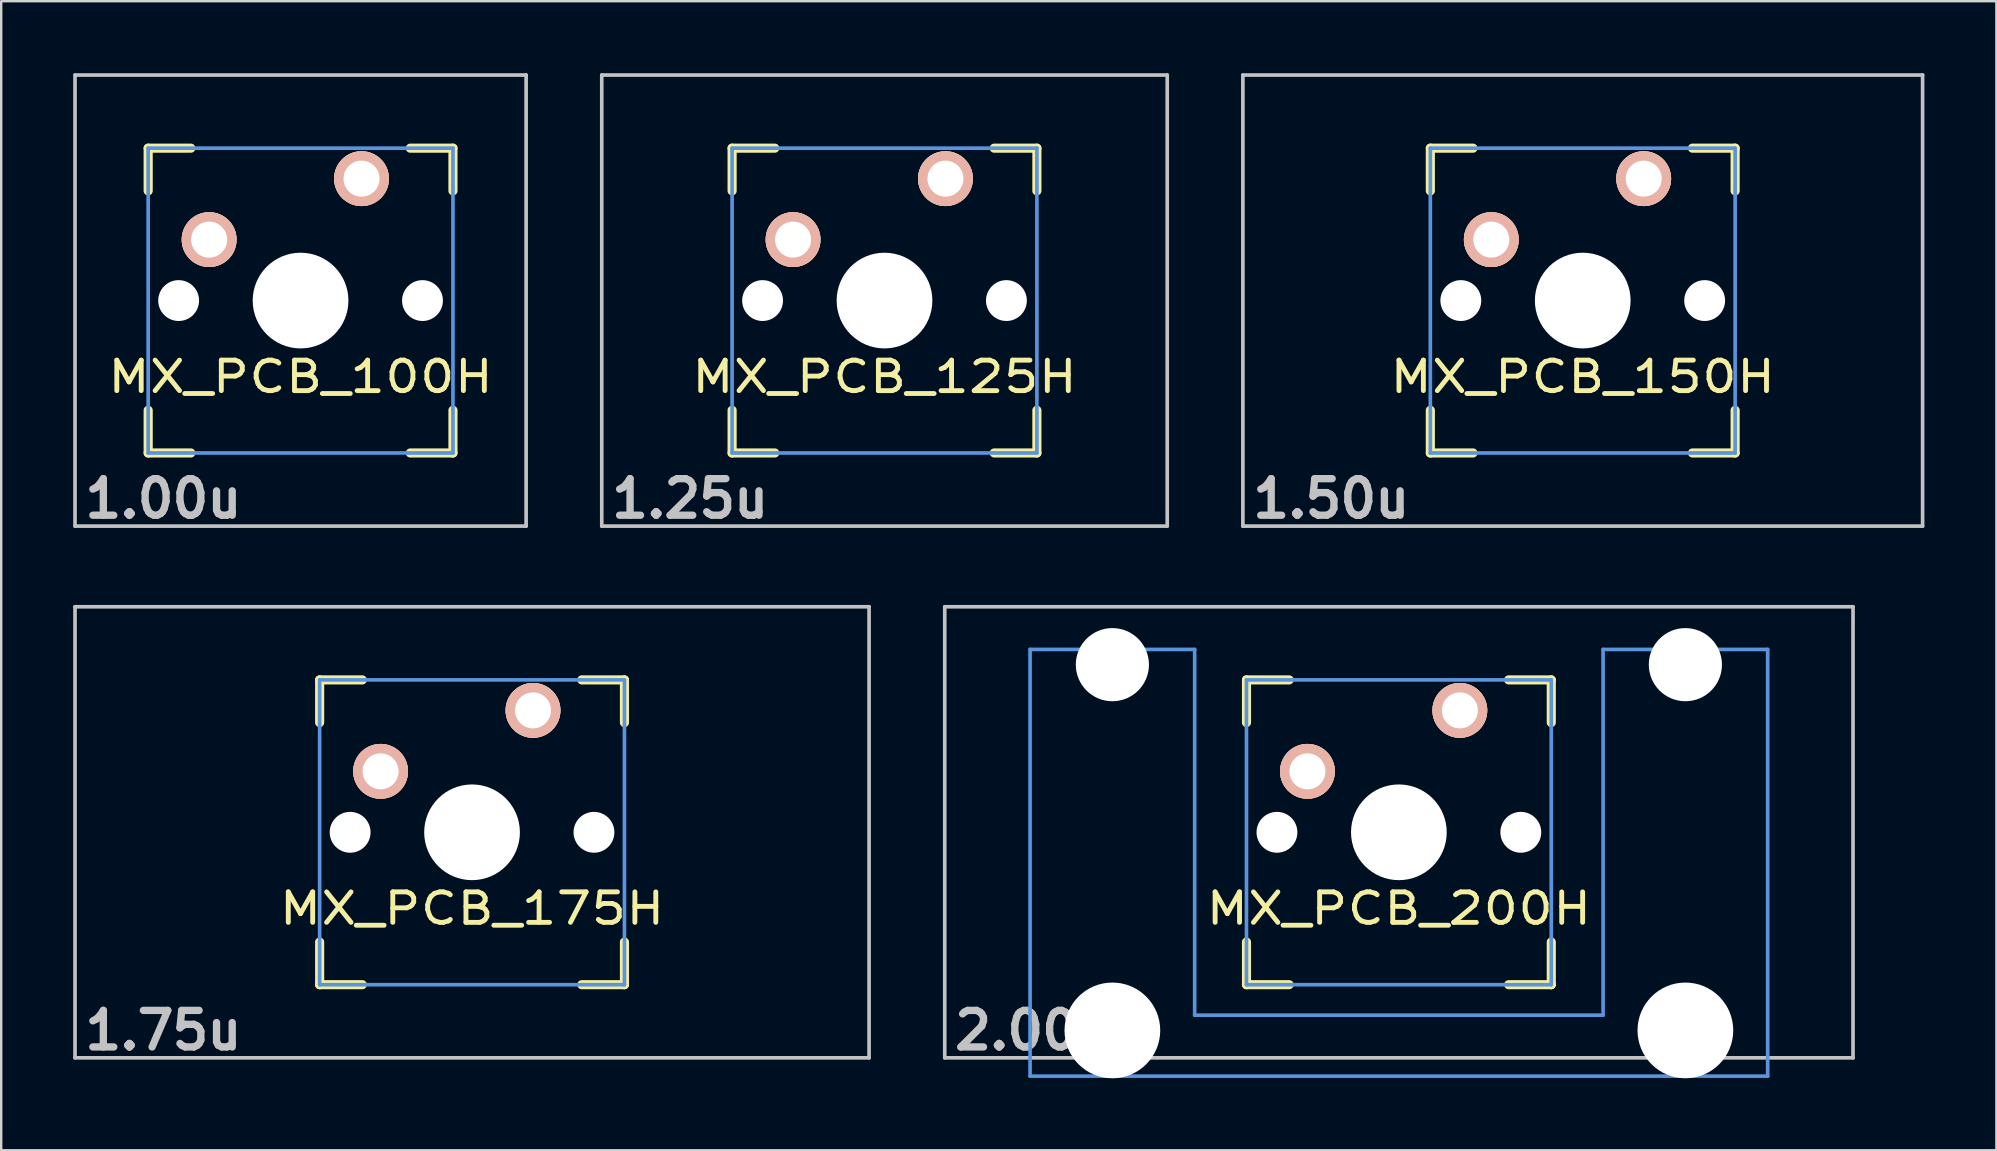
<source format=kicad_pcb>
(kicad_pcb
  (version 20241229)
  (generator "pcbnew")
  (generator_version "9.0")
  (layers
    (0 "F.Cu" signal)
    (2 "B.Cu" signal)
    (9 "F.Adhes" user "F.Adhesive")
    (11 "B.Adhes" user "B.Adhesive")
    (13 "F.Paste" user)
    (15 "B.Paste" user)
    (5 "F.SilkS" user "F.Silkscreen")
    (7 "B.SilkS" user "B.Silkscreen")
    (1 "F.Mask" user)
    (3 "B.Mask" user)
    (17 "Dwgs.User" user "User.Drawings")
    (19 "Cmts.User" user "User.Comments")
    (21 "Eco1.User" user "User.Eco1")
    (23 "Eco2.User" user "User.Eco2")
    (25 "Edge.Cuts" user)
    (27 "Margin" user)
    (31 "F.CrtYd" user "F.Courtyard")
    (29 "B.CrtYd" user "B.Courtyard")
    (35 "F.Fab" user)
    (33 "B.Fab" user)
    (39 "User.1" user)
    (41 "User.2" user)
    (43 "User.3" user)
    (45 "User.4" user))
  (footprint "MX_PCB_100H"
    (layer "F.Cu")
    (at 9.474 9.474)
    (property "Reference" "MX_PCB_100H" (at 0 3.175 0) (layer "F.SilkS") (effects (font (size 1.27 1.524) (thickness 0.203))))
    (attr through_hole)
    (fp_line (start -6.35 -6.35) (end -4.572 -6.35) (stroke (width 0.381) (type solid)) (layer "F.SilkS"))
    (fp_line (start -6.35 -4.572) (end -6.35 -6.35) (stroke (width 0.381) (type solid)) (layer "F.SilkS"))
    (fp_line (start -6.35 6.35) (end -6.35 4.572) (stroke (width 0.381) (type solid)) (layer "F.SilkS"))
    (fp_line (start -4.572 6.35) (end -6.35 6.35) (stroke (width 0.381) (type solid)) (layer "F.SilkS"))
    (fp_line (start 4.572 -6.35) (end 6.35 -6.35) (stroke (width 0.381) (type solid)) (layer "F.SilkS"))
    (fp_line (start 6.35 -6.35) (end 6.35 -4.572) (stroke (width 0.381) (type solid)) (layer "F.SilkS"))
    (fp_line (start 6.35 4.572) (end 6.35 6.35) (stroke (width 0.381) (type solid)) (layer "F.SilkS"))
    (fp_line (start 6.35 6.35) (end 4.572 6.35) (stroke (width 0.381) (type solid)) (layer "F.SilkS"))
    (fp_line (start -9.398 -9.398) (end 9.398 -9.398) (stroke (width 0.152) (type solid)) (layer "Dwgs.User"))
    (fp_line (start -9.398 9.398) (end -9.398 -9.398) (stroke (width 0.152) (type solid)) (layer "Dwgs.User"))
    (fp_line (start 9.398 -9.398) (end 9.398 9.398) (stroke (width 0.152) (type solid)) (layer "Dwgs.User"))
    (fp_line (start 9.398 9.398) (end -9.398 9.398) (stroke (width 0.152) (type solid)) (layer "Dwgs.User"))
    (fp_line (start -6.35 -6.35) (end 6.35 -6.35) (stroke (width 0.152) (type solid)) (layer "Cmts.User"))
    (fp_line (start -6.35 6.35) (end -6.35 -6.35) (stroke (width 0.152) (type solid)) (layer "Cmts.User"))
    (fp_line (start 6.35 -6.35) (end 6.35 6.35) (stroke (width 0.152) (type solid)) (layer "Cmts.User"))
    (fp_line (start 6.35 6.35) (end -6.35 6.35) (stroke (width 0.152) (type solid)) (layer "Cmts.User"))
    (fp_line (start -6.985 -6.985) (end 6.985 -6.985) (stroke (width 0.152) (type solid)) (layer "Eco2.User"))
    (fp_line (start -6.985 6.985) (end -6.985 -6.985) (stroke (width 0.152) (type solid)) (layer "Eco2.User"))
    (fp_line (start 6.985 -6.985) (end 6.985 6.985) (stroke (width 0.152) (type solid)) (layer "Eco2.User"))
    (fp_line (start 6.985 6.985) (end -6.985 6.985) (stroke (width 0.152) (type solid)) (layer "Eco2.User"))
    (fp_text user "1.00u" (at -5.715 8.255 0) (layer "Dwgs.User") (effects (font (size 1.524 1.524) (thickness 0.305))))
    (pad "" np_thru_hole circle (at -5.08 0) (size 1.702 1.702) (drill 1.702) (layers "*.Cu"))
    (pad "" np_thru_hole circle (at 0 0) (size 3.988 3.988) (drill 3.988) (layers "*.Cu"))
    (pad "" np_thru_hole circle (at 5.08 0) (size 1.702 1.702) (drill 1.702) (layers "*.Cu"))
    (pad "1" thru_hole circle (at 2.54 -5.08) (size 2.286 2.286) (drill 1.499) (layers "*.Cu" "*.SilkS" "*.Mask"))
    (pad "2" thru_hole circle (at -3.81 -2.54) (size 2.286 2.286) (drill 1.499) (layers "*.Cu" "*.SilkS" "*.Mask")))
  (footprint "MX_PCB_200H"
    (layer "F.Cu")
    (at 55.238 31.63)
    (property "Reference" "MX_PCB_200H" (at 0 3.175 0) (layer "F.SilkS") (effects (font (size 1.27 1.524) (thickness 0.203))))
    (attr through_hole)
    (fp_line (start -6.35 -6.35) (end -4.572 -6.35) (stroke (width 0.381) (type solid)) (layer "F.SilkS"))
    (fp_line (start -6.35 -4.572) (end -6.35 -6.35) (stroke (width 0.381) (type solid)) (layer "F.SilkS"))
    (fp_line (start -6.35 6.35) (end -6.35 4.572) (stroke (width 0.381) (type solid)) (layer "F.SilkS"))
    (fp_line (start -4.572 6.35) (end -6.35 6.35) (stroke (width 0.381) (type solid)) (layer "F.SilkS"))
    (fp_line (start 4.572 -6.35) (end 6.35 -6.35) (stroke (width 0.381) (type solid)) (layer "F.SilkS"))
    (fp_line (start 6.35 -6.35) (end 6.35 -4.572) (stroke (width 0.381) (type solid)) (layer "F.SilkS"))
    (fp_line (start 6.35 4.572) (end 6.35 6.35) (stroke (width 0.381) (type solid)) (layer "F.SilkS"))
    (fp_line (start 6.35 6.35) (end 4.572 6.35) (stroke (width 0.381) (type solid)) (layer "F.SilkS"))
    (fp_line (start -18.923 -9.398) (end 18.923 -9.398) (stroke (width 0.152) (type solid)) (layer "Dwgs.User"))
    (fp_line (start -18.923 9.398) (end -18.923 -9.398) (stroke (width 0.152) (type solid)) (layer "Dwgs.User"))
    (fp_line (start 18.923 -9.398) (end 18.923 9.398) (stroke (width 0.152) (type solid)) (layer "Dwgs.User"))
    (fp_line (start 18.923 9.398) (end -18.923 9.398) (stroke (width 0.152) (type solid)) (layer "Dwgs.User"))
    (fp_line (start -15.367 -7.62) (end -15.367 10.16) (stroke (width 0.152) (type solid)) (layer "Cmts.User"))
    (fp_line (start -15.367 10.16) (end 15.367 10.16) (stroke (width 0.152) (type solid)) (layer "Cmts.User"))
    (fp_line (start -8.509 -7.62) (end -15.367 -7.62) (stroke (width 0.152) (type solid)) (layer "Cmts.User"))
    (fp_line (start -8.509 7.62) (end -8.509 -7.62) (stroke (width 0.152) (type solid)) (layer "Cmts.User"))
    (fp_line (start -6.35 -6.35) (end 6.35 -6.35) (stroke (width 0.152) (type solid)) (layer "Cmts.User"))
    (fp_line (start -6.35 6.35) (end -6.35 -6.35) (stroke (width 0.152) (type solid)) (layer "Cmts.User"))
    (fp_line (start 6.35 -6.35) (end 6.35 6.35) (stroke (width 0.152) (type solid)) (layer "Cmts.User"))
    (fp_line (start 6.35 6.35) (end -6.35 6.35) (stroke (width 0.152) (type solid)) (layer "Cmts.User"))
    (fp_line (start 8.509 -7.62) (end 8.509 7.62) (stroke (width 0.152) (type solid)) (layer "Cmts.User"))
    (fp_line (start 8.509 7.62) (end -8.509 7.62) (stroke (width 0.152) (type solid)) (layer "Cmts.User"))
    (fp_line (start 15.367 -7.62) (end 8.509 -7.62) (stroke (width 0.152) (type solid)) (layer "Cmts.User"))
    (fp_line (start 15.367 10.16) (end 15.367 -7.62) (stroke (width 0.152) (type solid)) (layer "Cmts.User"))
    (fp_line (start -16.129 -2.286) (end -15.265 -2.286) (stroke (width 0.152) (type solid)) (layer "Eco2.User"))
    (fp_line (start -16.129 0.508) (end -16.129 -2.286) (stroke (width 0.152) (type solid)) (layer "Eco2.User"))
    (fp_line (start -15.265 -5.69) (end -8.611 -5.69) (stroke (width 0.152) (type solid)) (layer "Eco2.User"))
    (fp_line (start -15.265 -2.286) (end -15.265 -5.69) (stroke (width 0.152) (type solid)) (layer "Eco2.User"))
    (fp_line (start -15.265 0.508) (end -16.129 0.508) (stroke (width 0.152) (type solid)) (layer "Eco2.User"))
    (fp_line (start -15.265 6.604) (end -15.265 0.508) (stroke (width 0.152) (type solid)) (layer "Eco2.User"))
    (fp_line (start -14.224 6.604) (end -15.265 6.604) (stroke (width 0.152) (type solid)) (layer "Eco2.User"))
    (fp_line (start -14.224 7.772) (end -14.224 6.604) (stroke (width 0.152) (type solid)) (layer "Eco2.User"))
    (fp_line (start -9.652 6.604) (end -9.652 7.772) (stroke (width 0.152) (type solid)) (layer "Eco2.User"))
    (fp_line (start -9.652 7.772) (end -14.224 7.772) (stroke (width 0.152) (type solid)) (layer "Eco2.User"))
    (fp_line (start -8.611 -5.69) (end -8.611 -4.877) (stroke (width 0.152) (type solid)) (layer "Eco2.User"))
    (fp_line (start -8.611 -4.877) (end -6.985 -4.877) (stroke (width 0.152) (type solid)) (layer "Eco2.User"))
    (fp_line (start -8.611 5.817) (end -8.611 6.604) (stroke (width 0.152) (type solid)) (layer "Eco2.User"))
    (fp_line (start -8.611 6.604) (end -9.652 6.604) (stroke (width 0.152) (type solid)) (layer "Eco2.User"))
    (fp_line (start -6.985 -6.985) (end 6.985 -6.985) (stroke (width 0.152) (type solid)) (layer "Eco2.User"))
    (fp_line (start -6.985 -4.877) (end -6.985 -6.985) (stroke (width 0.152) (type solid)) (layer "Eco2.User"))
    (fp_line (start -6.985 5.817) (end -8.611 5.817) (stroke (width 0.152) (type solid)) (layer "Eco2.User"))
    (fp_line (start -6.985 6.985) (end -6.985 5.817) (stroke (width 0.152) (type solid)) (layer "Eco2.User"))
    (fp_line (start 6.985 -6.985) (end 6.985 -4.877) (stroke (width 0.152) (type solid)) (layer "Eco2.User"))
    (fp_line (start 6.985 -4.877) (end 8.611 -4.877) (stroke (width 0.152) (type solid)) (layer "Eco2.User"))
    (fp_line (start 6.985 5.817) (end 6.985 6.985) (stroke (width 0.152) (type solid)) (layer "Eco2.User"))
    (fp_line (start 6.985 6.985) (end -6.985 6.985) (stroke (width 0.152) (type solid)) (layer "Eco2.User"))
    (fp_line (start 8.611 -5.69) (end 15.265 -5.69) (stroke (width 0.152) (type solid)) (layer "Eco2.User"))
    (fp_line (start 8.611 -4.877) (end 8.611 -5.69) (stroke (width 0.152) (type solid)) (layer "Eco2.User"))
    (fp_line (start 8.611 5.817) (end 6.985 5.817) (stroke (width 0.152) (type solid)) (layer "Eco2.User"))
    (fp_line (start 8.611 6.604) (end 8.611 5.817) (stroke (width 0.152) (type solid)) (layer "Eco2.User"))
    (fp_line (start 9.652 6.604) (end 8.611 6.604) (stroke (width 0.152) (type solid)) (layer "Eco2.User"))
    (fp_line (start 9.652 7.772) (end 9.652 6.604) (stroke (width 0.152) (type solid)) (layer "Eco2.User"))
    (fp_line (start 14.224 6.604) (end 14.224 7.772) (stroke (width 0.152) (type solid)) (layer "Eco2.User"))
    (fp_line (start 14.224 7.772) (end 9.652 7.772) (stroke (width 0.152) (type solid)) (layer "Eco2.User"))
    (fp_line (start 15.265 -5.69) (end 15.265 -2.286) (stroke (width 0.152) (type solid)) (layer "Eco2.User"))
    (fp_line (start 15.265 -2.286) (end 16.129 -2.286) (stroke (width 0.152) (type solid)) (layer "Eco2.User"))
    (fp_line (start 15.265 0.508) (end 15.265 6.604) (stroke (width 0.152) (type solid)) (layer "Eco2.User"))
    (fp_line (start 15.265 6.604) (end 14.224 6.604) (stroke (width 0.152) (type solid)) (layer "Eco2.User"))
    (fp_line (start 16.129 -2.286) (end 16.129 0.508) (stroke (width 0.152) (type solid)) (layer "Eco2.User"))
    (fp_line (start 16.129 0.508) (end 15.265 0.508) (stroke (width 0.152) (type solid)) (layer "Eco2.User"))
    (fp_text user "2.00u" (at -15.24 8.255 0) (layer "Dwgs.User") (effects (font (size 1.524 1.524) (thickness 0.305))))
    (pad "" np_thru_hole circle (at -11.938 -6.985) (size 3.048 3.048) (drill 3.048) (layers "*.Cu"))
    (pad "" np_thru_hole circle (at -11.938 8.255) (size 3.988 3.988) (drill 3.988) (layers "*.Cu"))
    (pad "" np_thru_hole circle (at -5.08 0) (size 1.702 1.702) (drill 1.702) (layers "*.Cu"))
    (pad "" np_thru_hole circle (at 0 0) (size 3.988 3.988) (drill 3.988) (layers "*.Cu"))
    (pad "" np_thru_hole circle (at 5.08 0) (size 1.702 1.702) (drill 1.702) (layers "*.Cu"))
    (pad "" np_thru_hole circle (at 11.938 -6.985) (size 3.048 3.048) (drill 3.048) (layers "*.Cu"))
    (pad "" np_thru_hole circle (at 11.938 8.255) (size 3.988 3.988) (drill 3.988) (layers "*.Cu"))
    (pad "1" thru_hole circle (at 2.54 -5.08) (size 2.286 2.286) (drill 1.499) (layers "*.Cu" "*.SilkS" "*.Mask"))
    (pad "2" thru_hole circle (at -3.81 -2.54) (size 2.286 2.286) (drill 1.499) (layers "*.Cu" "*.SilkS" "*.Mask")))
  (footprint "MX_PCB_150H"
    (layer "F.Cu")
    (at 62.899 9.474)
    (property "Reference" "MX_PCB_150H" (at 0 3.175 0) (layer "F.SilkS") (effects (font (size 1.27 1.524) (thickness 0.203))))
    (attr through_hole)
    (fp_line (start -6.35 -6.35) (end -4.572 -6.35) (stroke (width 0.381) (type solid)) (layer "F.SilkS"))
    (fp_line (start -6.35 -4.572) (end -6.35 -6.35) (stroke (width 0.381) (type solid)) (layer "F.SilkS"))
    (fp_line (start -6.35 6.35) (end -6.35 4.572) (stroke (width 0.381) (type solid)) (layer "F.SilkS"))
    (fp_line (start -4.572 6.35) (end -6.35 6.35) (stroke (width 0.381) (type solid)) (layer "F.SilkS"))
    (fp_line (start 4.572 -6.35) (end 6.35 -6.35) (stroke (width 0.381) (type solid)) (layer "F.SilkS"))
    (fp_line (start 6.35 -6.35) (end 6.35 -4.572) (stroke (width 0.381) (type solid)) (layer "F.SilkS"))
    (fp_line (start 6.35 4.572) (end 6.35 6.35) (stroke (width 0.381) (type solid)) (layer "F.SilkS"))
    (fp_line (start 6.35 6.35) (end 4.572 6.35) (stroke (width 0.381) (type solid)) (layer "F.SilkS"))
    (fp_line (start -14.161 -9.398) (end 14.161 -9.398) (stroke (width 0.152) (type solid)) (layer "Dwgs.User"))
    (fp_line (start -14.161 9.398) (end -14.161 -9.398) (stroke (width 0.152) (type solid)) (layer "Dwgs.User"))
    (fp_line (start 14.161 -9.398) (end 14.161 9.398) (stroke (width 0.152) (type solid)) (layer "Dwgs.User"))
    (fp_line (start 14.161 9.398) (end -14.161 9.398) (stroke (width 0.152) (type solid)) (layer "Dwgs.User"))
    (fp_line (start -6.35 -6.35) (end 6.35 -6.35) (stroke (width 0.152) (type solid)) (layer "Cmts.User"))
    (fp_line (start -6.35 6.35) (end -6.35 -6.35) (stroke (width 0.152) (type solid)) (layer "Cmts.User"))
    (fp_line (start 6.35 -6.35) (end 6.35 6.35) (stroke (width 0.152) (type solid)) (layer "Cmts.User"))
    (fp_line (start 6.35 6.35) (end -6.35 6.35) (stroke (width 0.152) (type solid)) (layer "Cmts.User"))
    (fp_line (start -6.985 -6.985) (end 6.985 -6.985) (stroke (width 0.152) (type solid)) (layer "Eco2.User"))
    (fp_line (start -6.985 6.985) (end -6.985 -6.985) (stroke (width 0.152) (type solid)) (layer "Eco2.User"))
    (fp_line (start 6.985 -6.985) (end 6.985 6.985) (stroke (width 0.152) (type solid)) (layer "Eco2.User"))
    (fp_line (start 6.985 6.985) (end -6.985 6.985) (stroke (width 0.152) (type solid)) (layer "Eco2.User"))
    (fp_text user "1.50u" (at -10.477 8.255 0) (layer "Dwgs.User") (effects (font (size 1.524 1.524) (thickness 0.305))))
    (pad "" np_thru_hole circle (at -5.08 0) (size 1.702 1.702) (drill 1.702) (layers "*.Cu"))
    (pad "" np_thru_hole circle (at 0 0) (size 3.988 3.988) (drill 3.988) (layers "*.Cu"))
    (pad "" np_thru_hole circle (at 5.08 0) (size 1.702 1.702) (drill 1.702) (layers "*.Cu"))
    (pad "1" thru_hole circle (at 2.54 -5.08) (size 2.286 2.286) (drill 1.499) (layers "*.Cu" "*.SilkS" "*.Mask"))
    (pad "2" thru_hole circle (at -3.81 -2.54) (size 2.286 2.286) (drill 1.499) (layers "*.Cu" "*.SilkS" "*.Mask")))
  (footprint "MX_PCB_125H"
    (layer "F.Cu")
    (at 33.805 9.474)
    (property "Reference" "MX_PCB_125H" (at 0 3.175 0) (layer "F.SilkS") (effects (font (size 1.27 1.524) (thickness 0.203))))
    (attr through_hole)
    (fp_line (start -6.35 -6.35) (end -4.572 -6.35) (stroke (width 0.381) (type solid)) (layer "F.SilkS"))
    (fp_line (start -6.35 -4.572) (end -6.35 -6.35) (stroke (width 0.381) (type solid)) (layer "F.SilkS"))
    (fp_line (start -6.35 6.35) (end -6.35 4.572) (stroke (width 0.381) (type solid)) (layer "F.SilkS"))
    (fp_line (start -4.572 6.35) (end -6.35 6.35) (stroke (width 0.381) (type solid)) (layer "F.SilkS"))
    (fp_line (start 4.572 -6.35) (end 6.35 -6.35) (stroke (width 0.381) (type solid)) (layer "F.SilkS"))
    (fp_line (start 6.35 -6.35) (end 6.35 -4.572) (stroke (width 0.381) (type solid)) (layer "F.SilkS"))
    (fp_line (start 6.35 4.572) (end 6.35 6.35) (stroke (width 0.381) (type solid)) (layer "F.SilkS"))
    (fp_line (start 6.35 6.35) (end 4.572 6.35) (stroke (width 0.381) (type solid)) (layer "F.SilkS"))
    (fp_line (start -11.781 -9.398) (end 11.781 -9.398) (stroke (width 0.152) (type solid)) (layer "Dwgs.User"))
    (fp_line (start -11.781 9.398) (end -11.781 -9.398) (stroke (width 0.152) (type solid)) (layer "Dwgs.User"))
    (fp_line (start 11.781 -9.398) (end 11.781 9.398) (stroke (width 0.152) (type solid)) (layer "Dwgs.User"))
    (fp_line (start 11.781 9.398) (end -11.781 9.398) (stroke (width 0.152) (type solid)) (layer "Dwgs.User"))
    (fp_line (start -6.35 -6.35) (end 6.35 -6.35) (stroke (width 0.152) (type solid)) (layer "Cmts.User"))
    (fp_line (start -6.35 6.35) (end -6.35 -6.35) (stroke (width 0.152) (type solid)) (layer "Cmts.User"))
    (fp_line (start 6.35 -6.35) (end 6.35 6.35) (stroke (width 0.152) (type solid)) (layer "Cmts.User"))
    (fp_line (start 6.35 6.35) (end -6.35 6.35) (stroke (width 0.152) (type solid)) (layer "Cmts.User"))
    (fp_line (start -6.985 -6.985) (end 6.985 -6.985) (stroke (width 0.152) (type solid)) (layer "Eco2.User"))
    (fp_line (start -6.985 6.985) (end -6.985 -6.985) (stroke (width 0.152) (type solid)) (layer "Eco2.User"))
    (fp_line (start 6.985 -6.985) (end 6.985 6.985) (stroke (width 0.152) (type solid)) (layer "Eco2.User"))
    (fp_line (start 6.985 6.985) (end -6.985 6.985) (stroke (width 0.152) (type solid)) (layer "Eco2.User"))
    (fp_text user "1.25u" (at -8.098 8.255 0) (layer "Dwgs.User") (effects (font (size 1.524 1.524) (thickness 0.305))))
    (pad "" np_thru_hole circle (at -5.08 0) (size 1.702 1.702) (drill 1.702) (layers "*.Cu"))
    (pad "" np_thru_hole circle (at 0 0) (size 3.988 3.988) (drill 3.988) (layers "*.Cu"))
    (pad "" np_thru_hole circle (at 5.08 0) (size 1.702 1.702) (drill 1.702) (layers "*.Cu"))
    (pad "1" thru_hole circle (at 2.54 -5.08) (size 2.286 2.286) (drill 1.499) (layers "*.Cu" "*.SilkS" "*.Mask"))
    (pad "2" thru_hole circle (at -3.81 -2.54) (size 2.286 2.286) (drill 1.499) (layers "*.Cu" "*.SilkS" "*.Mask")))
  (footprint "MX_PCB_175H"
    (layer "F.Cu")
    (at 16.619 31.63)
    (property "Reference" "MX_PCB_175H" (at 0 3.175 0) (layer "F.SilkS") (effects (font (size 1.27 1.524) (thickness 0.203))))
    (attr through_hole)
    (fp_line (start -6.35 -6.35) (end -4.572 -6.35) (stroke (width 0.381) (type solid)) (layer "F.SilkS"))
    (fp_line (start -6.35 -4.572) (end -6.35 -6.35) (stroke (width 0.381) (type solid)) (layer "F.SilkS"))
    (fp_line (start -6.35 6.35) (end -6.35 4.572) (stroke (width 0.381) (type solid)) (layer "F.SilkS"))
    (fp_line (start -4.572 6.35) (end -6.35 6.35) (stroke (width 0.381) (type solid)) (layer "F.SilkS"))
    (fp_line (start 4.572 -6.35) (end 6.35 -6.35) (stroke (width 0.381) (type solid)) (layer "F.SilkS"))
    (fp_line (start 6.35 -6.35) (end 6.35 -4.572) (stroke (width 0.381) (type solid)) (layer "F.SilkS"))
    (fp_line (start 6.35 4.572) (end 6.35 6.35) (stroke (width 0.381) (type solid)) (layer "F.SilkS"))
    (fp_line (start 6.35 6.35) (end 4.572 6.35) (stroke (width 0.381) (type solid)) (layer "F.SilkS"))
    (fp_line (start -16.543 -9.398) (end 16.543 -9.398) (stroke (width 0.152) (type solid)) (layer "Dwgs.User"))
    (fp_line (start -16.543 9.398) (end -16.543 -9.398) (stroke (width 0.152) (type solid)) (layer "Dwgs.User"))
    (fp_line (start 16.543 -9.398) (end 16.543 9.398) (stroke (width 0.152) (type solid)) (layer "Dwgs.User"))
    (fp_line (start 16.543 9.398) (end -16.543 9.398) (stroke (width 0.152) (type solid)) (layer "Dwgs.User"))
    (fp_line (start -6.35 -6.35) (end 6.35 -6.35) (stroke (width 0.152) (type solid)) (layer "Cmts.User"))
    (fp_line (start -6.35 6.35) (end -6.35 -6.35) (stroke (width 0.152) (type solid)) (layer "Cmts.User"))
    (fp_line (start 6.35 -6.35) (end 6.35 6.35) (stroke (width 0.152) (type solid)) (layer "Cmts.User"))
    (fp_line (start 6.35 6.35) (end -6.35 6.35) (stroke (width 0.152) (type solid)) (layer "Cmts.User"))
    (fp_line (start -6.985 -6.985) (end 6.985 -6.985) (stroke (width 0.152) (type solid)) (layer "Eco2.User"))
    (fp_line (start -6.985 6.985) (end -6.985 -6.985) (stroke (width 0.152) (type solid)) (layer "Eco2.User"))
    (fp_line (start 6.985 -6.985) (end 6.985 6.985) (stroke (width 0.152) (type solid)) (layer "Eco2.User"))
    (fp_line (start 6.985 6.985) (end -6.985 6.985) (stroke (width 0.152) (type solid)) (layer "Eco2.User"))
    (fp_text user "1.75u" (at -12.86 8.255 0) (layer "Dwgs.User") (effects (font (size 1.524 1.524) (thickness 0.305))))
    (pad "" np_thru_hole circle (at -5.08 0) (size 1.702 1.702) (drill 1.702) (layers "*.Cu"))
    (pad "" np_thru_hole circle (at 0 0) (size 3.988 3.988) (drill 3.988) (layers "*.Cu"))
    (pad "" np_thru_hole circle (at 5.08 0) (size 1.702 1.702) (drill 1.702) (layers "*.Cu"))
    (pad "1" thru_hole circle (at 2.54 -5.08) (size 2.286 2.286) (drill 1.499) (layers "*.Cu" "*.SilkS" "*.Mask"))
    (pad "2" thru_hole circle (at -3.81 -2.54) (size 2.286 2.286) (drill 1.499) (layers "*.Cu" "*.SilkS" "*.Mask")))
  (gr_rect
    (start -3 -3)
    (end 80.135 44.879)
    (stroke (width 0.1) (type default))
    (fill no)
    (layer "Edge.Cuts")))
</source>
